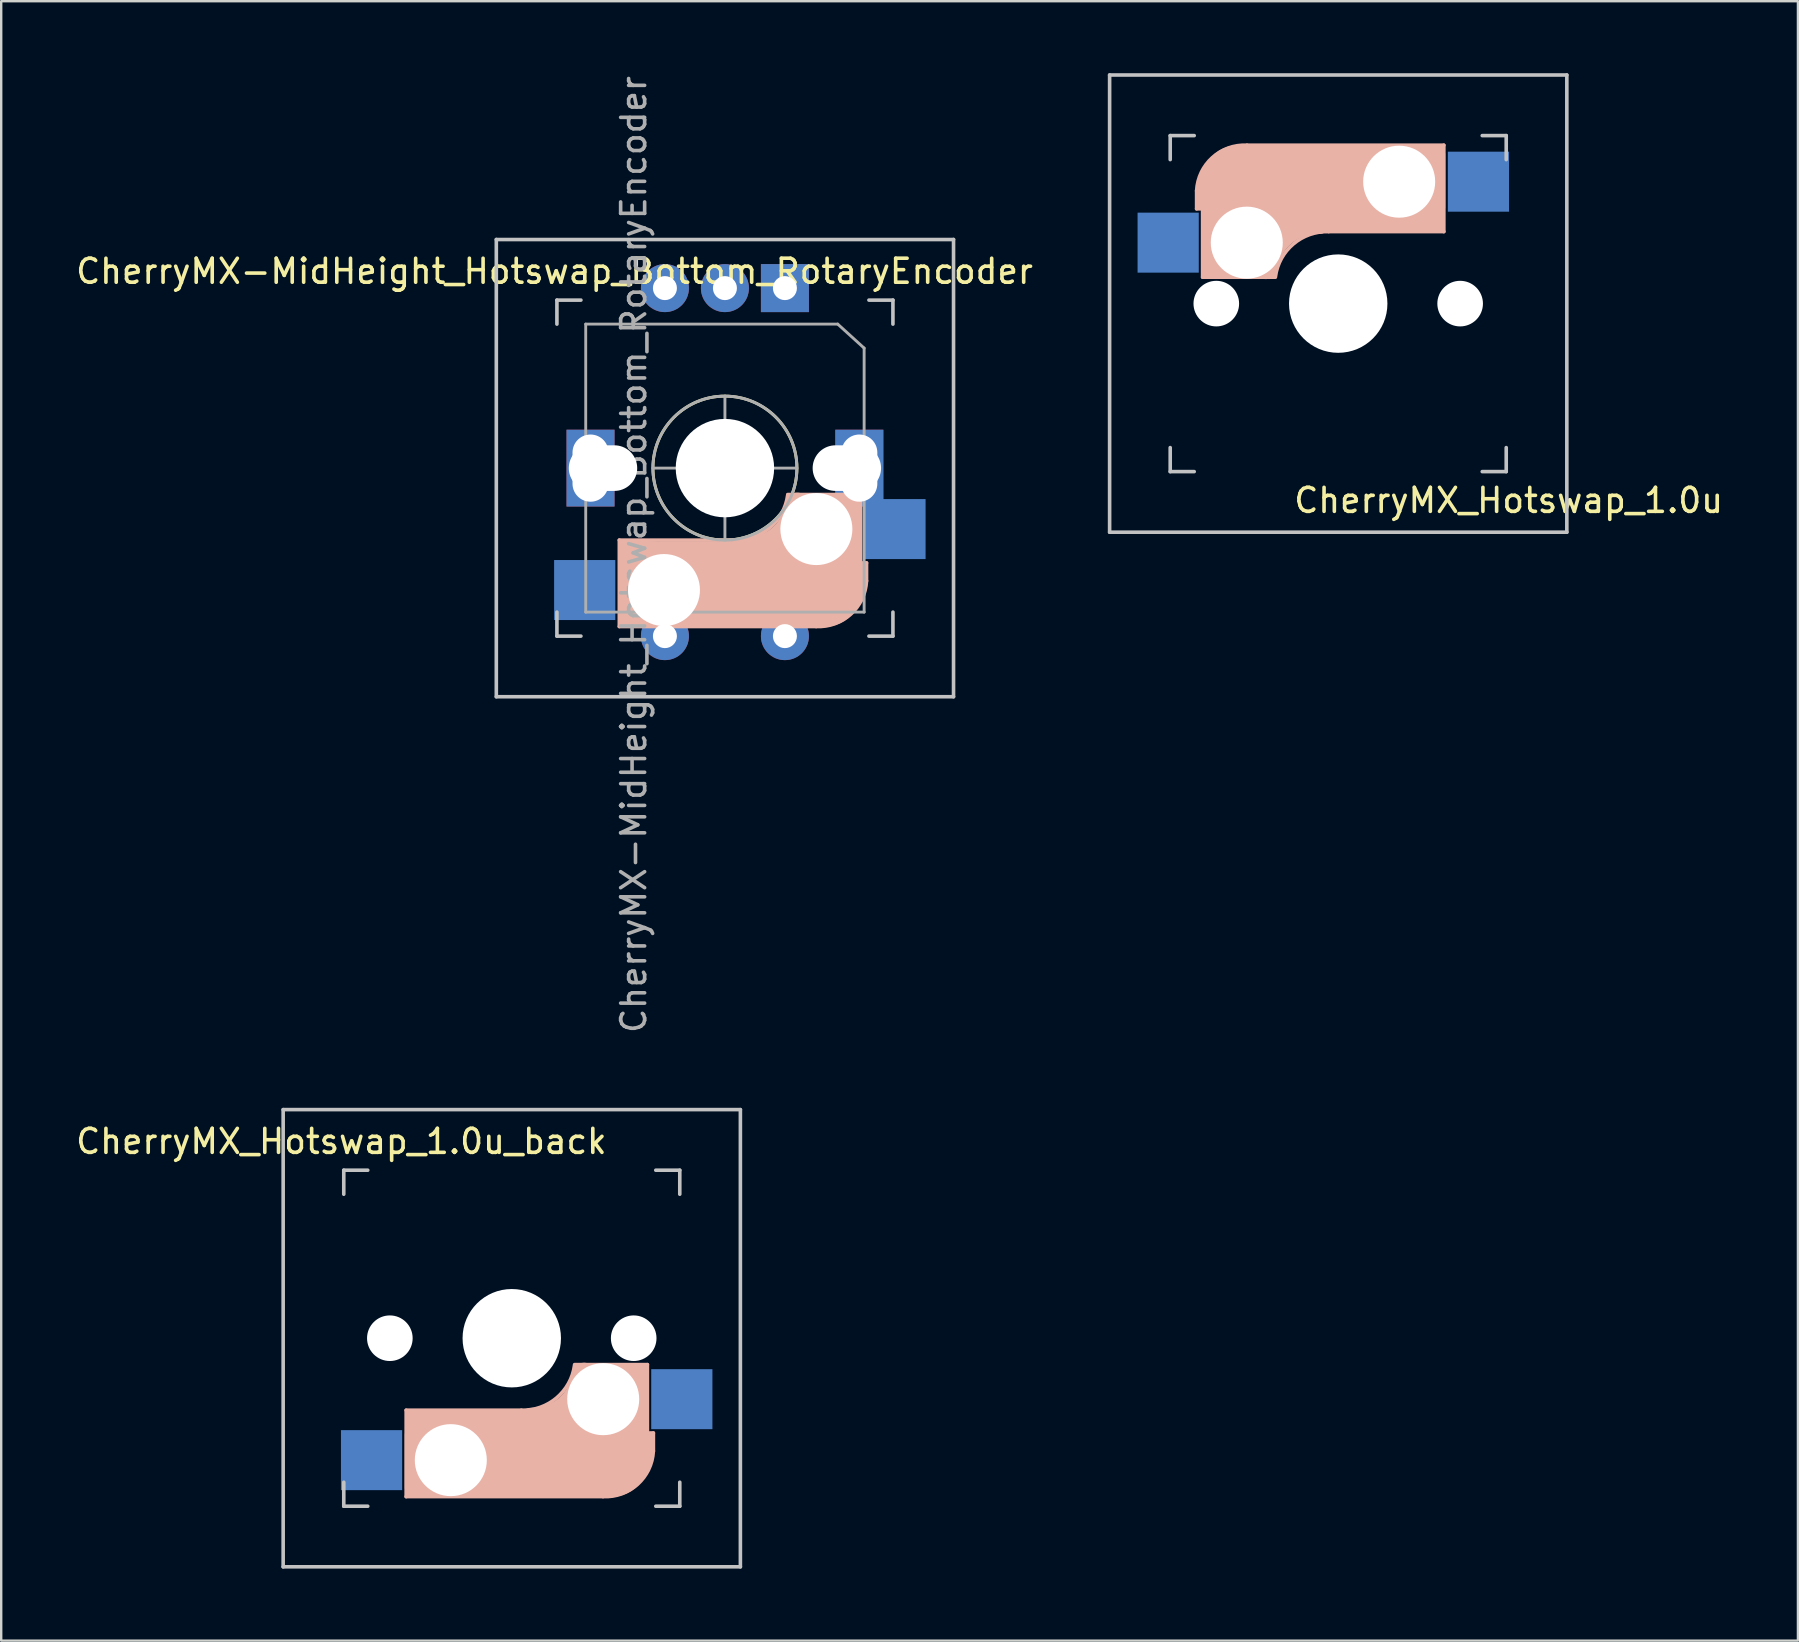
<source format=kicad_pcb>
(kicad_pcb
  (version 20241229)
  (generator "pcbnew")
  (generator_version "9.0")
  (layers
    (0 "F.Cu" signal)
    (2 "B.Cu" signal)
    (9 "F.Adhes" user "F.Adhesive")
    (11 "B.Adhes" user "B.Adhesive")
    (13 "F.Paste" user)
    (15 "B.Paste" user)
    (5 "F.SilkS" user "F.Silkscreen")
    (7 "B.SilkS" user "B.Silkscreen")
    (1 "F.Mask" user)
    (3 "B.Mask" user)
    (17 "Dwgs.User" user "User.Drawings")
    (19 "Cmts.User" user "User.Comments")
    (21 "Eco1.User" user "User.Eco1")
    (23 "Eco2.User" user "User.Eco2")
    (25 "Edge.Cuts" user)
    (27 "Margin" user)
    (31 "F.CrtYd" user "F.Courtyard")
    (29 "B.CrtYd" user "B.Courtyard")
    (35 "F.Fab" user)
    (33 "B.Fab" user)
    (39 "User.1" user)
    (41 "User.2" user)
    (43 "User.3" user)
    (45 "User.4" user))
  (footprint "CherryMX_Hotswap_1.0u_back"
    (layer "F.Cu")
    (at 18.273 52.707)
    (property "Reference" "CherryMX_Hotswap_1.0u_back" (at -7.1 -8.2 180) (layer "F.SilkS") (effects (font (size 1 1) (thickness 0.15))))
    (attr through_hole)
    (fp_line (start -4.4 3) (end -4.4 6.6) (stroke (width 0.15) (type solid)) (layer "B.SilkS"))
    (fp_line (start -4.4 6.6) (end 3.8 6.6) (stroke (width 0.15) (type solid)) (layer "B.SilkS"))
    (fp_line (start -4.38 4) (end -4.38 6.25) (stroke (width 0.15) (type solid)) (layer "B.SilkS"))
    (fp_line (start -4.25 6.4) (end -3 6.4) (stroke (width 0.4) (type solid)) (layer "B.SilkS"))
    (fp_line (start -4.2 3.25) (end -2.9 3.3) (stroke (width 0.5) (type solid)) (layer "B.SilkS"))
    (fp_line (start -3.9 6) (end -3.9 3.5) (stroke (width 1) (type solid)) (layer "B.SilkS"))
    (fp_line (start -2.6 4.8) (end 4.1 4.8) (stroke (width 3.5) (type solid)) (layer "B.SilkS"))
    (fp_line (start 0.4 3) (end -4.4 3) (stroke (width 0.15) (type solid)) (layer "B.SilkS"))
    (fp_line (start 4.17 5.1) (end 4.17 2.86) (stroke (width 3) (type solid)) (layer "B.SilkS"))
    (fp_line (start 5.3 1.6) (end 5.3 3.4) (stroke (width 0.8) (type solid)) (layer "B.SilkS"))
    (fp_line (start 5.45 1.3) (end 3 1.3) (stroke (width 0.5) (type solid)) (layer "B.SilkS"))
    (fp_line (start 5.65 1.1) (end 2.62 1.1) (stroke (width 0.15) (type solid)) (layer "B.SilkS"))
    (fp_line (start 5.65 5.55) (end 5.65 1.1) (stroke (width 0.15) (type solid)) (layer "B.SilkS"))
    (fp_line (start 5.8 4.05) (end 5.8 4.7) (stroke (width 0.3) (type solid)) (layer "B.SilkS"))
    (fp_line (start 5.9 3.95) (end 5.7 3.95) (stroke (width 0.15) (type solid)) (layer "B.SilkS"))
    (fp_line (start 5.9 4.7) (end 5.9 3.95) (stroke (width 0.15) (type solid)) (layer "B.SilkS"))
    (fp_arc (start 2.616318 1.121471) (mid 1.868709 2.486118) (end 0.4 3) (stroke (width 0.15) (type solid)) (layer "B.SilkS"))
    (fp_arc (start 3.016318 1.521471) (mid 2.268709 2.886118) (end 0.8 3.4) (stroke (width 1) (type solid)) (layer "B.SilkS"))
    (fp_arc (start 5.9 4.699999) (mid 5.243504 6.084924) (end 3.800001 6.6) (stroke (width 0.15) (type solid)) (layer "B.SilkS"))
    (fp_line (start -9.525 -9.525) (end 9.525 -9.525) (stroke (width 0.15) (type solid)) (layer "Dwgs.User"))
    (fp_line (start -9.525 9.525) (end -9.525 -9.525) (stroke (width 0.15) (type solid)) (layer "Dwgs.User"))
    (fp_line (start -7 -7) (end -7 -6) (stroke (width 0.15) (type solid)) (layer "Dwgs.User"))
    (fp_line (start -7 7) (end -7 6) (stroke (width 0.15) (type solid)) (layer "Dwgs.User"))
    (fp_line (start -7 7) (end -6 7) (stroke (width 0.15) (type solid)) (layer "Dwgs.User"))
    (fp_line (start -6 -7) (end -7 -7) (stroke (width 0.15) (type solid)) (layer "Dwgs.User"))
    (fp_line (start 7 -7) (end 6 -7) (stroke (width 0.15) (type solid)) (layer "Dwgs.User"))
    (fp_line (start 7 -6) (end 7 -7) (stroke (width 0.15) (type solid)) (layer "Dwgs.User"))
    (fp_line (start 7 6) (end 7 7) (stroke (width 0.15) (type solid)) (layer "Dwgs.User"))
    (fp_line (start 7 7) (end 6 7) (stroke (width 0.15) (type solid)) (layer "Dwgs.User"))
    (fp_line (start 9.525 -9.525) (end 9.525 9.525) (stroke (width 0.15) (type solid)) (layer "Dwgs.User"))
    (fp_line (start 9.525 9.525) (end -9.525 9.525) (stroke (width 0.15) (type solid)) (layer "Dwgs.User"))
    (pad "" np_thru_hole circle (at -5.08 0 180) (size 1.9 1.9) (drill 1.9) (layers "*.Cu" "*.Mask"))
    (pad "" np_thru_hole circle (at -2.54 5.08 180) (size 3 3) (drill 3) (layers "*.Cu" "*.Mask"))
    (pad "" np_thru_hole circle (at 0 0 270) (size 4.1 4.1) (drill 4.1) (layers "*.Cu" "*.Mask"))
    (pad "" np_thru_hole circle (at 3.81 2.54 180) (size 3 3) (drill 3) (layers "*.Cu" "*.Mask"))
    (pad "" np_thru_hole circle (at 5.08 0 180) (size 1.9 1.9) (drill 1.9) (layers "*.Cu" "*.Mask"))
    (pad "1" smd rect (at 7.085 2.54) (size 2.55 2.5) (layers "B.Cu" "B.Mask" "B.Paste"))
    (pad "2" smd rect (at -5.842 5.08) (size 2.55 2.5) (layers "B.Cu" "B.Mask" "B.Paste")))
  (footprint "CherryMX_Hotswap_1.0u"
    (layer "F.Cu")
    (at 52.707 9.6)
    (property "Reference" "CherryMX_Hotswap_1.0u" (at 7.1 8.2 0) (layer "F.SilkS") (effects (font (size 1 1) (thickness 0.15))))
    (attr through_hole)
    (fp_line (start -5.9 -4.7) (end -5.9 -3.95) (stroke (width 0.15) (type solid)) (layer "B.SilkS"))
    (fp_line (start -5.9 -3.95) (end -5.7 -3.95) (stroke (width 0.15) (type solid)) (layer "B.SilkS"))
    (fp_line (start -5.8 -4.05) (end -5.8 -4.7) (stroke (width 0.3) (type solid)) (layer "B.SilkS"))
    (fp_line (start -5.65 -5.55) (end -5.65 -1.1) (stroke (width 0.15) (type solid)) (layer "B.SilkS"))
    (fp_line (start -5.65 -1.1) (end -2.62 -1.1) (stroke (width 0.15) (type solid)) (layer "B.SilkS"))
    (fp_line (start -5.45 -1.3) (end -3 -1.3) (stroke (width 0.5) (type solid)) (layer "B.SilkS"))
    (fp_line (start -5.3 -1.6) (end -5.3 -3.4) (stroke (width 0.8) (type solid)) (layer "B.SilkS"))
    (fp_line (start -4.17 -5.1) (end -4.17 -2.86) (stroke (width 3) (type solid)) (layer "B.SilkS"))
    (fp_line (start -0.4 -3) (end 4.4 -3) (stroke (width 0.15) (type solid)) (layer "B.SilkS"))
    (fp_line (start 2.6 -4.8) (end -4.1 -4.8) (stroke (width 3.5) (type solid)) (layer "B.SilkS"))
    (fp_line (start 3.9 -6) (end 3.9 -3.5) (stroke (width 1) (type solid)) (layer "B.SilkS"))
    (fp_line (start 4.2 -3.25) (end 2.9 -3.3) (stroke (width 0.5) (type solid)) (layer "B.SilkS"))
    (fp_line (start 4.25 -6.4) (end 3 -6.4) (stroke (width 0.4) (type solid)) (layer "B.SilkS"))
    (fp_line (start 4.38 -4) (end 4.38 -6.25) (stroke (width 0.15) (type solid)) (layer "B.SilkS"))
    (fp_line (start 4.4 -6.6) (end -3.8 -6.6) (stroke (width 0.15) (type solid)) (layer "B.SilkS"))
    (fp_line (start 4.4 -3) (end 4.4 -6.6) (stroke (width 0.15) (type solid)) (layer "B.SilkS"))
    (fp_arc (start -5.9 -4.699999) (mid -5.243504 -6.084924) (end -3.800001 -6.6) (stroke (width 0.15) (type solid)) (layer "B.SilkS"))
    (fp_arc (start -3.016318 -1.521471) (mid -2.268709 -2.886118) (end -0.8 -3.4) (stroke (width 1) (type solid)) (layer "B.SilkS"))
    (fp_arc (start -2.616318 -1.121471) (mid -1.868709 -2.486118) (end -0.4 -3) (stroke (width 0.15) (type solid)) (layer "B.SilkS"))
    (fp_line (start -9.525 -9.525) (end 9.525 -9.525) (stroke (width 0.15) (type solid)) (layer "Dwgs.User"))
    (fp_line (start -9.525 9.525) (end -9.525 -9.525) (stroke (width 0.15) (type solid)) (layer "Dwgs.User"))
    (fp_line (start -7 -7) (end -6 -7) (stroke (width 0.15) (type solid)) (layer "Dwgs.User"))
    (fp_line (start -7 -6) (end -7 -7) (stroke (width 0.15) (type solid)) (layer "Dwgs.User"))
    (fp_line (start -7 6) (end -7 7) (stroke (width 0.15) (type solid)) (layer "Dwgs.User"))
    (fp_line (start -7 7) (end -6 7) (stroke (width 0.15) (type solid)) (layer "Dwgs.User"))
    (fp_line (start 6 7) (end 7 7) (stroke (width 0.15) (type solid)) (layer "Dwgs.User"))
    (fp_line (start 7 -7) (end 6 -7) (stroke (width 0.15) (type solid)) (layer "Dwgs.User"))
    (fp_line (start 7 -7) (end 7 -6) (stroke (width 0.15) (type solid)) (layer "Dwgs.User"))
    (fp_line (start 7 7) (end 7 6) (stroke (width 0.15) (type solid)) (layer "Dwgs.User"))
    (fp_line (start 9.525 -9.525) (end 9.525 9.525) (stroke (width 0.15) (type solid)) (layer "Dwgs.User"))
    (fp_line (start 9.525 9.525) (end -9.525 9.525) (stroke (width 0.15) (type solid)) (layer "Dwgs.User"))
    (pad "" np_thru_hole circle (at -5.08 0) (size 1.9 1.9) (drill 1.9) (layers "*.Cu" "*.Mask"))
    (pad "" np_thru_hole circle (at -3.81 -2.54) (size 3 3) (drill 3) (layers "*.Cu" "*.Mask"))
    (pad "" np_thru_hole circle (at 0 0 90) (size 4.1 4.1) (drill 4.1) (layers "*.Cu" "*.Mask"))
    (pad "" np_thru_hole circle (at 2.54 -5.08) (size 3 3) (drill 3) (layers "*.Cu" "*.Mask"))
    (pad "" np_thru_hole circle (at 5.08 0) (size 1.9 1.9) (drill 1.9) (layers "*.Cu" "*.Mask"))
    (pad "1" smd rect (at -7.085 -2.54 180) (size 2.55 2.5) (layers "B.Cu" "B.Mask" "B.Paste"))
    (pad "2" smd rect (at 5.842 -5.08 180) (size 2.55 2.5) (layers "B.Cu" "B.Mask" "B.Paste")))
  (footprint "CherryMX-MidHeight_Hotswap_Bottom_RotaryEncoder"
    (layer "F.Cu")
    (at 27.154 16.454)
    (property "Reference" "CherryMX-MidHeight_Hotswap_Bottom_RotaryEncoder" (at -7.1 -8.2 180) (layer "F.SilkS") (effects (font (size 1 1) (thickness 0.15))))
    (attr through_hole)
    (fp_line (start 0 -0.5) (end 0 0.5) (stroke (width 0.12) (type solid)) (layer "F.SilkS"))
    (fp_line (start 0.5 0) (end -0.5 0) (stroke (width 0.12) (type solid)) (layer "F.SilkS"))
    (fp_circle (center 0 0) (end 0 3) (stroke (width 0.12) (type solid)) (fill no) (layer "F.SilkS"))
    (fp_line (start -4.4 3) (end -4.4 6.6) (stroke (width 0.15) (type solid)) (layer "B.SilkS"))
    (fp_line (start -4.4 6.6) (end 3.8 6.6) (stroke (width 0.15) (type solid)) (layer "B.SilkS"))
    (fp_line (start -4.38 4) (end -4.38 6.25) (stroke (width 0.15) (type solid)) (layer "B.SilkS"))
    (fp_line (start -4.25 6.4) (end -3 6.4) (stroke (width 0.4) (type solid)) (layer "B.SilkS"))
    (fp_line (start -4.2 3.25) (end -2.9 3.3) (stroke (width 0.5) (type solid)) (layer "B.SilkS"))
    (fp_line (start -3.9 6) (end -3.9 3.5) (stroke (width 1) (type solid)) (layer "B.SilkS"))
    (fp_line (start -2.6 4.8) (end 4.1 4.8) (stroke (width 3.5) (type solid)) (layer "B.SilkS"))
    (fp_line (start 0.4 3) (end -4.4 3) (stroke (width 0.15) (type solid)) (layer "B.SilkS"))
    (fp_line (start 4.17 5.1) (end 4.17 2.86) (stroke (width 3) (type solid)) (layer "B.SilkS"))
    (fp_line (start 5.3 1.6) (end 5.3 3.4) (stroke (width 0.8) (type solid)) (layer "B.SilkS"))
    (fp_line (start 5.45 1.3) (end 3 1.3) (stroke (width 0.5) (type solid)) (layer "B.SilkS"))
    (fp_line (start 5.65 1.1) (end 2.62 1.1) (stroke (width 0.15) (type solid)) (layer "B.SilkS"))
    (fp_line (start 5.65 5.55) (end 5.65 1.1) (stroke (width 0.15) (type solid)) (layer "B.SilkS"))
    (fp_line (start 5.8 4.05) (end 5.8 4.7) (stroke (width 0.3) (type solid)) (layer "B.SilkS"))
    (fp_line (start 5.9 3.95) (end 5.7 3.95) (stroke (width 0.15) (type solid)) (layer "B.SilkS"))
    (fp_line (start 5.9 4.7) (end 5.9 3.95) (stroke (width 0.15) (type solid)) (layer "B.SilkS"))
    (fp_arc (start 2.616318 1.121471) (mid 1.868709 2.486118) (end 0.4 3) (stroke (width 0.15) (type solid)) (layer "B.SilkS"))
    (fp_arc (start 3.016318 1.521471) (mid 2.268709 2.886118) (end 0.8 3.4) (stroke (width 1) (type solid)) (layer "B.SilkS"))
    (fp_arc (start 5.9 4.699999) (mid 5.243504 6.084924) (end 3.800001 6.6) (stroke (width 0.15) (type solid)) (layer "B.SilkS"))
    (fp_line (start -9.525 -9.525) (end 9.525 -9.525) (stroke (width 0.15) (type solid)) (layer "Dwgs.User"))
    (fp_line (start -9.525 9.525) (end -9.525 -9.525) (stroke (width 0.15) (type solid)) (layer "Dwgs.User"))
    (fp_line (start -7 -7) (end -7 -6) (stroke (width 0.15) (type solid)) (layer "Dwgs.User"))
    (fp_line (start -7 7) (end -7 6) (stroke (width 0.15) (type solid)) (layer "Dwgs.User"))
    (fp_line (start -7 7) (end -6 7) (stroke (width 0.15) (type solid)) (layer "Dwgs.User"))
    (fp_line (start -6 -7) (end -7 -7) (stroke (width 0.15) (type solid)) (layer "Dwgs.User"))
    (fp_line (start 7 -7) (end 6 -7) (stroke (width 0.15) (type solid)) (layer "Dwgs.User"))
    (fp_line (start 7 -6) (end 7 -7) (stroke (width 0.15) (type solid)) (layer "Dwgs.User"))
    (fp_line (start 7 6) (end 7 7) (stroke (width 0.15) (type solid)) (layer "Dwgs.User"))
    (fp_line (start 7 7) (end 6 7) (stroke (width 0.15) (type solid)) (layer "Dwgs.User"))
    (fp_line (start 9.525 -9.525) (end 9.525 9.525) (stroke (width 0.15) (type solid)) (layer "Dwgs.User"))
    (fp_line (start 9.525 9.525) (end -9.525 9.525) (stroke (width 0.15) (type solid)) (layer "Dwgs.User"))
    (fp_line (start -5.8 -6) (end 4.7 -6) (stroke (width 0.12) (type solid)) (layer "F.Fab"))
    (fp_line (start -5.8 6) (end -5.8 -6) (stroke (width 0.12) (type solid)) (layer "F.Fab"))
    (fp_line (start 0 -3) (end 0 3) (stroke (width 0.12) (type solid)) (layer "F.Fab"))
    (fp_line (start 3 0) (end -3 0) (stroke (width 0.12) (type solid)) (layer "F.Fab"))
    (fp_line (start 4.7 -6) (end 5.8 -5) (stroke (width 0.12) (type solid)) (layer "F.Fab"))
    (fp_line (start 5.8 -5) (end 5.8 6) (stroke (width 0.12) (type solid)) (layer "F.Fab"))
    (fp_line (start 5.8 6) (end -5.8 6) (stroke (width 0.12) (type solid)) (layer "F.Fab"))
    (fp_circle (center 0 0) (end 0 3) (stroke (width 0.12) (type solid)) (fill no) (layer "F.Fab"))
    (fp_text user "${REFERENCE}" (at -3.8 3.6 270) (layer "F.Fab") (effects (font (size 1 1) (thickness 0.15))))
    (pad "" np_thru_hole rect (at -5.6 0 270) (size 3.2 2) (drill oval 2.8 1.5) (layers "*.Cu" "*.Mask"))
    (pad "" np_thru_hole oval (at -5.08 0) (size 2.85 1.9) (drill oval 2.85 1.9) (layers "*.Cu" "*.Mask"))
    (pad "" np_thru_hole circle (at -2.54 5.08 180) (size 3 3) (drill 3) (layers "*.Cu" "*.Mask"))
    (pad "" np_thru_hole circle (at 0 0 270) (size 4.1 4.1) (drill 4.1) (layers "*.Cu" "*.Mask"))
    (pad "" np_thru_hole circle (at 3.81 2.54 180) (size 3 3) (drill 3) (layers "*.Cu" "*.Mask"))
    (pad "" np_thru_hole oval (at 5.08 0 180) (size 2.85 1.9) (drill oval 2.85 1.9) (layers "*.Cu" "*.Mask"))
    (pad "" np_thru_hole rect (at 5.6 0 270) (size 3.2 2) (drill oval 2.8 1.5) (layers "*.Cu" "*.Mask"))
    (pad "1" smd rect (at 7.085 2.54) (size 2.55 2.5) (layers "B.Cu" "B.Mask" "B.Paste"))
    (pad "2" smd rect (at -5.842 5.08) (size 2.55 2.5) (layers "B.Cu" "B.Mask" "B.Paste"))
    (pad "A" thru_hole rect (at 2.5 -7.5 270) (size 2 2) (drill 1) (layers "*.Cu" "*.Mask"))
    (pad "B" thru_hole circle (at -2.5 -7.5 270) (size 2 2) (drill 1) (layers "*.Cu" "*.Mask"))
    (pad "C" thru_hole circle (at 0 -7.5 270) (size 2 2) (drill 1) (layers "*.Cu" "*.Mask"))
    (pad "S1" thru_hole circle (at -2.5 7 270) (size 2 2) (drill 1) (layers "*.Cu" "*.Mask"))
    (pad "S2" thru_hole circle (at 2.5 7 270) (size 2 2) (drill 1) (layers "*.Cu" "*.Mask")))
  (gr_rect
    (start -3 -3)
    (end 71.861 65.307)
    (stroke (width 0.1) (type default))
    (fill no)
    (layer "Edge.Cuts")))
</source>
